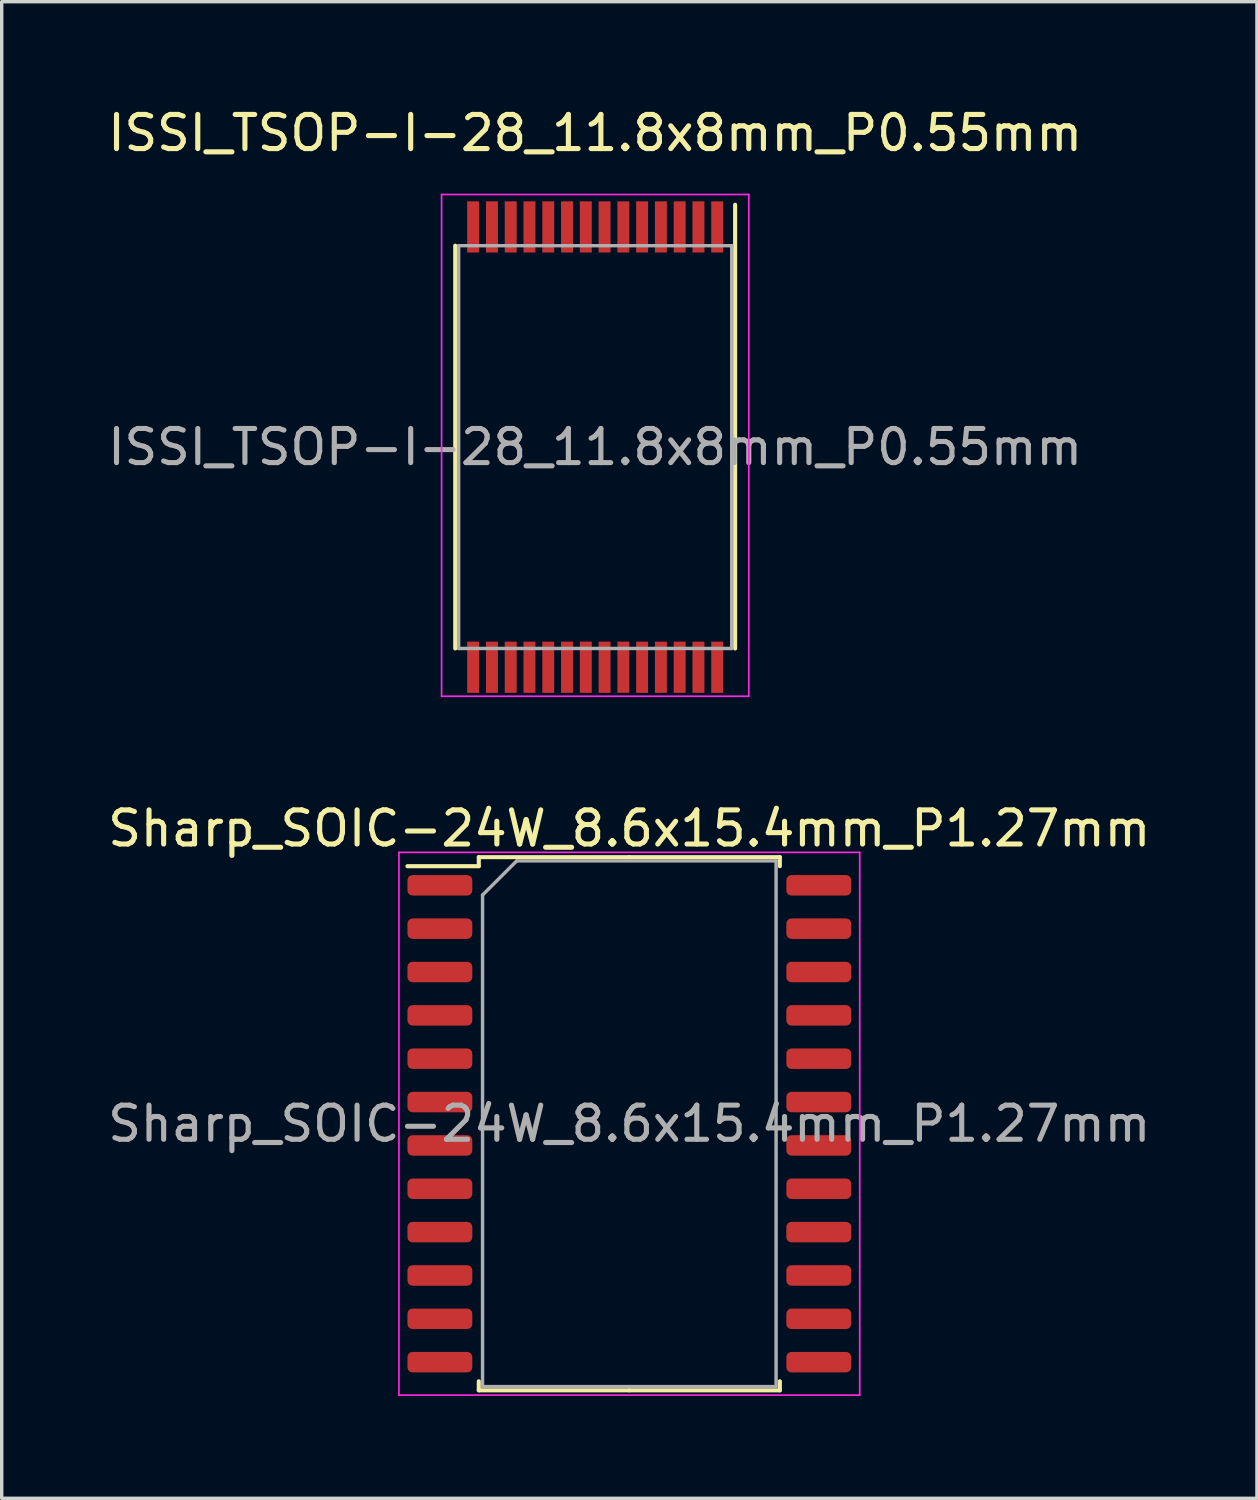
<source format=kicad_pcb>
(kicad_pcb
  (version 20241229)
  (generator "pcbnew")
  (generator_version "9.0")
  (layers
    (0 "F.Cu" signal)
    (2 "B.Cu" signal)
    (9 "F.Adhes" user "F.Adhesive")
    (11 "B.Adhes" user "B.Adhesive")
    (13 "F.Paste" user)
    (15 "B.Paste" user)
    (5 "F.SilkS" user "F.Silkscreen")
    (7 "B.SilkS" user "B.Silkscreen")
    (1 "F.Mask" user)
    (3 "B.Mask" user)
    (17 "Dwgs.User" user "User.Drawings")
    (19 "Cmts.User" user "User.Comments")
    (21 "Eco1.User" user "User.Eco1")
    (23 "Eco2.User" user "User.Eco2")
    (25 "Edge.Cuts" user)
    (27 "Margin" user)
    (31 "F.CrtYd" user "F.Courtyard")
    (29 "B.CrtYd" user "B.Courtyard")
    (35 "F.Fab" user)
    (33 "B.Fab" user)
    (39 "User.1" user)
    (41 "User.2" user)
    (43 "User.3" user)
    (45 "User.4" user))
  (footprint "Sharp_SOIC-24W_8.6x15.4mm_P1.27mm"
    (layer "F.Cu")
    (at 15.387 29.872)
    (property "Reference" "Sharp_SOIC-24W_8.6x15.4mm_P1.27mm" (at 0 -8.65 0) (layer "F.SilkS") (effects (font (size 1 1) (thickness 0.15))))
    (attr smd)
    (fp_line (start -4.41 -7.81) (end -4.41 -7.545) (stroke (width 0.12) (type solid)) (layer "F.SilkS"))
    (fp_line (start -4.41 -7.545) (end -6.5 -7.545) (stroke (width 0.12) (type solid)) (layer "F.SilkS"))
    (fp_line (start -4.41 7.81) (end -4.41 7.545) (stroke (width 0.12) (type solid)) (layer "F.SilkS"))
    (fp_line (start 0 -7.81) (end -4.41 -7.81) (stroke (width 0.12) (type solid)) (layer "F.SilkS"))
    (fp_line (start 0 -7.81) (end 4.41 -7.81) (stroke (width 0.12) (type solid)) (layer "F.SilkS"))
    (fp_line (start 0 7.81) (end -4.41 7.81) (stroke (width 0.12) (type solid)) (layer "F.SilkS"))
    (fp_line (start 0 7.81) (end 4.41 7.81) (stroke (width 0.12) (type solid)) (layer "F.SilkS"))
    (fp_line (start 4.41 -7.81) (end 4.41 -7.545) (stroke (width 0.12) (type solid)) (layer "F.SilkS"))
    (fp_line (start 4.41 7.81) (end 4.41 7.545) (stroke (width 0.12) (type solid)) (layer "F.SilkS"))
    (fp_line (start -6.75 -7.95) (end -6.75 7.95) (stroke (width 0.05) (type solid)) (layer "F.CrtYd"))
    (fp_line (start -6.75 7.95) (end 6.75 7.95) (stroke (width 0.05) (type solid)) (layer "F.CrtYd"))
    (fp_line (start 6.75 -7.95) (end -6.75 -7.95) (stroke (width 0.05) (type solid)) (layer "F.CrtYd"))
    (fp_line (start 6.75 7.95) (end 6.75 -7.95) (stroke (width 0.05) (type solid)) (layer "F.CrtYd"))
    (fp_line (start -4.3 -6.7) (end -3.3 -7.7) (stroke (width 0.1) (type solid)) (layer "F.Fab"))
    (fp_line (start -4.3 7.7) (end -4.3 -6.7) (stroke (width 0.1) (type solid)) (layer "F.Fab"))
    (fp_line (start -3.3 -7.7) (end 4.3 -7.7) (stroke (width 0.1) (type solid)) (layer "F.Fab"))
    (fp_line (start 4.3 -7.7) (end 4.3 7.7) (stroke (width 0.1) (type solid)) (layer "F.Fab"))
    (fp_line (start 4.3 7.7) (end -4.3 7.7) (stroke (width 0.1) (type solid)) (layer "F.Fab"))
    (fp_text user "${REFERENCE}" (at 0 0 0) (layer "F.Fab") (effects (font (size 1 1) (thickness 0.15))))
    (pad "1" smd roundrect (at -5.55 -6.985) (size 1.9 0.6) (layers "F.Cu" "F.Mask" "F.Paste") (roundrect_rratio 0.25))
    (pad "2" smd roundrect (at -5.55 -5.715) (size 1.9 0.6) (layers "F.Cu" "F.Mask" "F.Paste") (roundrect_rratio 0.25))
    (pad "3" smd roundrect (at -5.55 -4.445) (size 1.9 0.6) (layers "F.Cu" "F.Mask" "F.Paste") (roundrect_rratio 0.25))
    (pad "4" smd roundrect (at -5.55 -3.175) (size 1.9 0.6) (layers "F.Cu" "F.Mask" "F.Paste") (roundrect_rratio 0.25))
    (pad "5" smd roundrect (at -5.55 -1.905) (size 1.9 0.6) (layers "F.Cu" "F.Mask" "F.Paste") (roundrect_rratio 0.25))
    (pad "6" smd roundrect (at -5.55 -0.635) (size 1.9 0.6) (layers "F.Cu" "F.Mask" "F.Paste") (roundrect_rratio 0.25))
    (pad "7" smd roundrect (at -5.55 0.635) (size 1.9 0.6) (layers "F.Cu" "F.Mask" "F.Paste") (roundrect_rratio 0.25))
    (pad "8" smd roundrect (at -5.55 1.905) (size 1.9 0.6) (layers "F.Cu" "F.Mask" "F.Paste") (roundrect_rratio 0.25))
    (pad "9" smd roundrect (at -5.55 3.175) (size 1.9 0.6) (layers "F.Cu" "F.Mask" "F.Paste") (roundrect_rratio 0.25))
    (pad "10" smd roundrect (at -5.55 4.445) (size 1.9 0.6) (layers "F.Cu" "F.Mask" "F.Paste") (roundrect_rratio 0.25))
    (pad "11" smd roundrect (at -5.55 5.715) (size 1.9 0.6) (layers "F.Cu" "F.Mask" "F.Paste") (roundrect_rratio 0.25))
    (pad "12" smd roundrect (at -5.55 6.985) (size 1.9 0.6) (layers "F.Cu" "F.Mask" "F.Paste") (roundrect_rratio 0.25))
    (pad "13" smd roundrect (at 5.55 6.985) (size 1.9 0.6) (layers "F.Cu" "F.Mask" "F.Paste") (roundrect_rratio 0.25))
    (pad "14" smd roundrect (at 5.55 5.715) (size 1.9 0.6) (layers "F.Cu" "F.Mask" "F.Paste") (roundrect_rratio 0.25))
    (pad "15" smd roundrect (at 5.55 4.445) (size 1.9 0.6) (layers "F.Cu" "F.Mask" "F.Paste") (roundrect_rratio 0.25))
    (pad "16" smd roundrect (at 5.55 3.175) (size 1.9 0.6) (layers "F.Cu" "F.Mask" "F.Paste") (roundrect_rratio 0.25))
    (pad "17" smd roundrect (at 5.55 1.905) (size 1.9 0.6) (layers "F.Cu" "F.Mask" "F.Paste") (roundrect_rratio 0.25))
    (pad "18" smd roundrect (at 5.55 0.635) (size 1.9 0.6) (layers "F.Cu" "F.Mask" "F.Paste") (roundrect_rratio 0.25))
    (pad "19" smd roundrect (at 5.55 -0.635) (size 1.9 0.6) (layers "F.Cu" "F.Mask" "F.Paste") (roundrect_rratio 0.25))
    (pad "20" smd roundrect (at 5.55 -1.905) (size 1.9 0.6) (layers "F.Cu" "F.Mask" "F.Paste") (roundrect_rratio 0.25))
    (pad "21" smd roundrect (at 5.55 -3.175) (size 1.9 0.6) (layers "F.Cu" "F.Mask" "F.Paste") (roundrect_rratio 0.25))
    (pad "22" smd roundrect (at 5.55 -4.445) (size 1.9 0.6) (layers "F.Cu" "F.Mask" "F.Paste") (roundrect_rratio 0.25))
    (pad "23" smd roundrect (at 5.55 -5.715) (size 1.9 0.6) (layers "F.Cu" "F.Mask" "F.Paste") (roundrect_rratio 0.25))
    (pad "24" smd roundrect (at 5.55 -6.985) (size 1.9 0.6) (layers "F.Cu" "F.Mask" "F.Paste") (roundrect_rratio 0.25)))
  (footprint "ISSI_TSOP-I-28_11.8x8mm_P0.55mm"
    (layer "F.Cu")
    (at 14.387 10.048)
    (property "Reference" "ISSI_TSOP-I-28_11.8x8mm_P0.55mm" (at 0 -9.2 180) (layer "F.SilkS") (effects (font (size 1 1) (thickness 0.15))))
    (attr smd)
    (fp_line (start -4.1 -5.9) (end -4.1 5.9) (stroke (width 0.12) (type solid)) (layer "F.SilkS"))
    (fp_line (start 4.1 5.9) (end 4.1 -7.1) (stroke (width 0.12) (type solid)) (layer "F.SilkS"))
    (fp_line (start -4.5 -7.4) (end 4.5 -7.4) (stroke (width 0.05) (type solid)) (layer "F.CrtYd"))
    (fp_line (start -4.5 7.3) (end -4.5 -7.4) (stroke (width 0.05) (type solid)) (layer "F.CrtYd"))
    (fp_line (start 4.5 -7.4) (end 4.5 7.3) (stroke (width 0.05) (type solid)) (layer "F.CrtYd"))
    (fp_line (start 4.5 7.3) (end -4.5 7.3) (stroke (width 0.05) (type solid)) (layer "F.CrtYd"))
    (fp_line (start -4 5.9) (end -4 -5.9) (stroke (width 0.1) (type solid)) (layer "F.Fab"))
    (fp_line (start 4 -5.9) (end -4 -5.9) (stroke (width 0.1) (type solid)) (layer "F.Fab"))
    (fp_line (start 4 -5.9) (end 4 5.9) (stroke (width 0.1) (type solid)) (layer "F.Fab"))
    (fp_line (start 4 5.9) (end -4 5.9) (stroke (width 0.1) (type solid)) (layer "F.Fab"))
    (fp_text user "${REFERENCE}" (at 0 0 0) (layer "F.Fab") (effects (font (size 1 1) (thickness 0.15))))
    (pad "1" smd rect (at -0.275 -6.45 180) (size 0.35 1.5) (layers "F.Cu" "F.Mask" "F.Paste"))
    (pad "2" smd rect (at -0.825 -6.45 180) (size 0.35 1.5) (layers "F.Cu" "F.Mask" "F.Paste"))
    (pad "3" smd rect (at -1.375 -6.45 180) (size 0.35 1.5) (layers "F.Cu" "F.Mask" "F.Paste"))
    (pad "4" smd rect (at -1.925 -6.45 180) (size 0.35 1.5) (layers "F.Cu" "F.Mask" "F.Paste"))
    (pad "5" smd rect (at -2.475 -6.45 180) (size 0.35 1.5) (layers "F.Cu" "F.Mask" "F.Paste"))
    (pad "6" smd rect (at -3.025 -6.45 180) (size 0.35 1.5) (layers "F.Cu" "F.Mask" "F.Paste"))
    (pad "7" smd rect (at -3.575 -6.45 180) (size 0.35 1.5) (layers "F.Cu" "F.Mask" "F.Paste"))
    (pad "8" smd rect (at -3.575 6.45 180) (size 0.35 1.5) (layers "F.Cu" "F.Mask" "F.Paste"))
    (pad "9" smd rect (at -3.025 6.45 180) (size 0.35 1.5) (layers "F.Cu" "F.Mask" "F.Paste"))
    (pad "10" smd rect (at -2.475 6.45 180) (size 0.35 1.5) (layers "F.Cu" "F.Mask" "F.Paste"))
    (pad "11" smd rect (at -1.925 6.45 180) (size 0.35 1.5) (layers "F.Cu" "F.Mask" "F.Paste"))
    (pad "12" smd rect (at -1.375 6.45 180) (size 0.35 1.5) (layers "F.Cu" "F.Mask" "F.Paste"))
    (pad "13" smd rect (at -0.825 6.45 180) (size 0.35 1.5) (layers "F.Cu" "F.Mask" "F.Paste"))
    (pad "14" smd rect (at -0.275 6.45 180) (size 0.35 1.5) (layers "F.Cu" "F.Mask" "F.Paste"))
    (pad "15" smd rect (at 0.275 6.45 180) (size 0.35 1.5) (layers "F.Cu" "F.Mask" "F.Paste"))
    (pad "16" smd rect (at 0.825 6.45 180) (size 0.35 1.5) (layers "F.Cu" "F.Mask" "F.Paste"))
    (pad "17" smd rect (at 1.375 6.45 180) (size 0.35 1.5) (layers "F.Cu" "F.Mask" "F.Paste"))
    (pad "18" smd rect (at 1.925 6.45 180) (size 0.35 1.5) (layers "F.Cu" "F.Mask" "F.Paste"))
    (pad "19" smd rect (at 2.475 6.45 180) (size 0.35 1.5) (layers "F.Cu" "F.Mask" "F.Paste"))
    (pad "20" smd rect (at 3.025 6.45 180) (size 0.35 1.5) (layers "F.Cu" "F.Mask" "F.Paste"))
    (pad "21" smd rect (at 3.575 6.45 180) (size 0.35 1.5) (layers "F.Cu" "F.Mask" "F.Paste"))
    (pad "22" smd rect (at 3.575 -6.45 180) (size 0.35 1.5) (layers "F.Cu" "F.Mask" "F.Paste"))
    (pad "23" smd rect (at 3.025 -6.45 180) (size 0.35 1.5) (layers "F.Cu" "F.Mask" "F.Paste"))
    (pad "24" smd rect (at 2.475 -6.45 180) (size 0.35 1.5) (layers "F.Cu" "F.Mask" "F.Paste"))
    (pad "25" smd rect (at 1.925 -6.45 180) (size 0.35 1.5) (layers "F.Cu" "F.Mask" "F.Paste"))
    (pad "26" smd rect (at 1.375 -6.45 180) (size 0.35 1.5) (layers "F.Cu" "F.Mask" "F.Paste"))
    (pad "27" smd rect (at 0.825 -6.45 180) (size 0.35 1.5) (layers "F.Cu" "F.Mask" "F.Paste"))
    (pad "28" smd rect (at 0.275 -6.45 180) (size 0.35 1.5) (layers "F.Cu" "F.Mask" "F.Paste")))
  (gr_rect
    (start -3 -3)
    (end 33.774 40.846)
    (stroke (width 0.1) (type default))
    (fill no)
    (layer "Edge.Cuts")))
</source>
